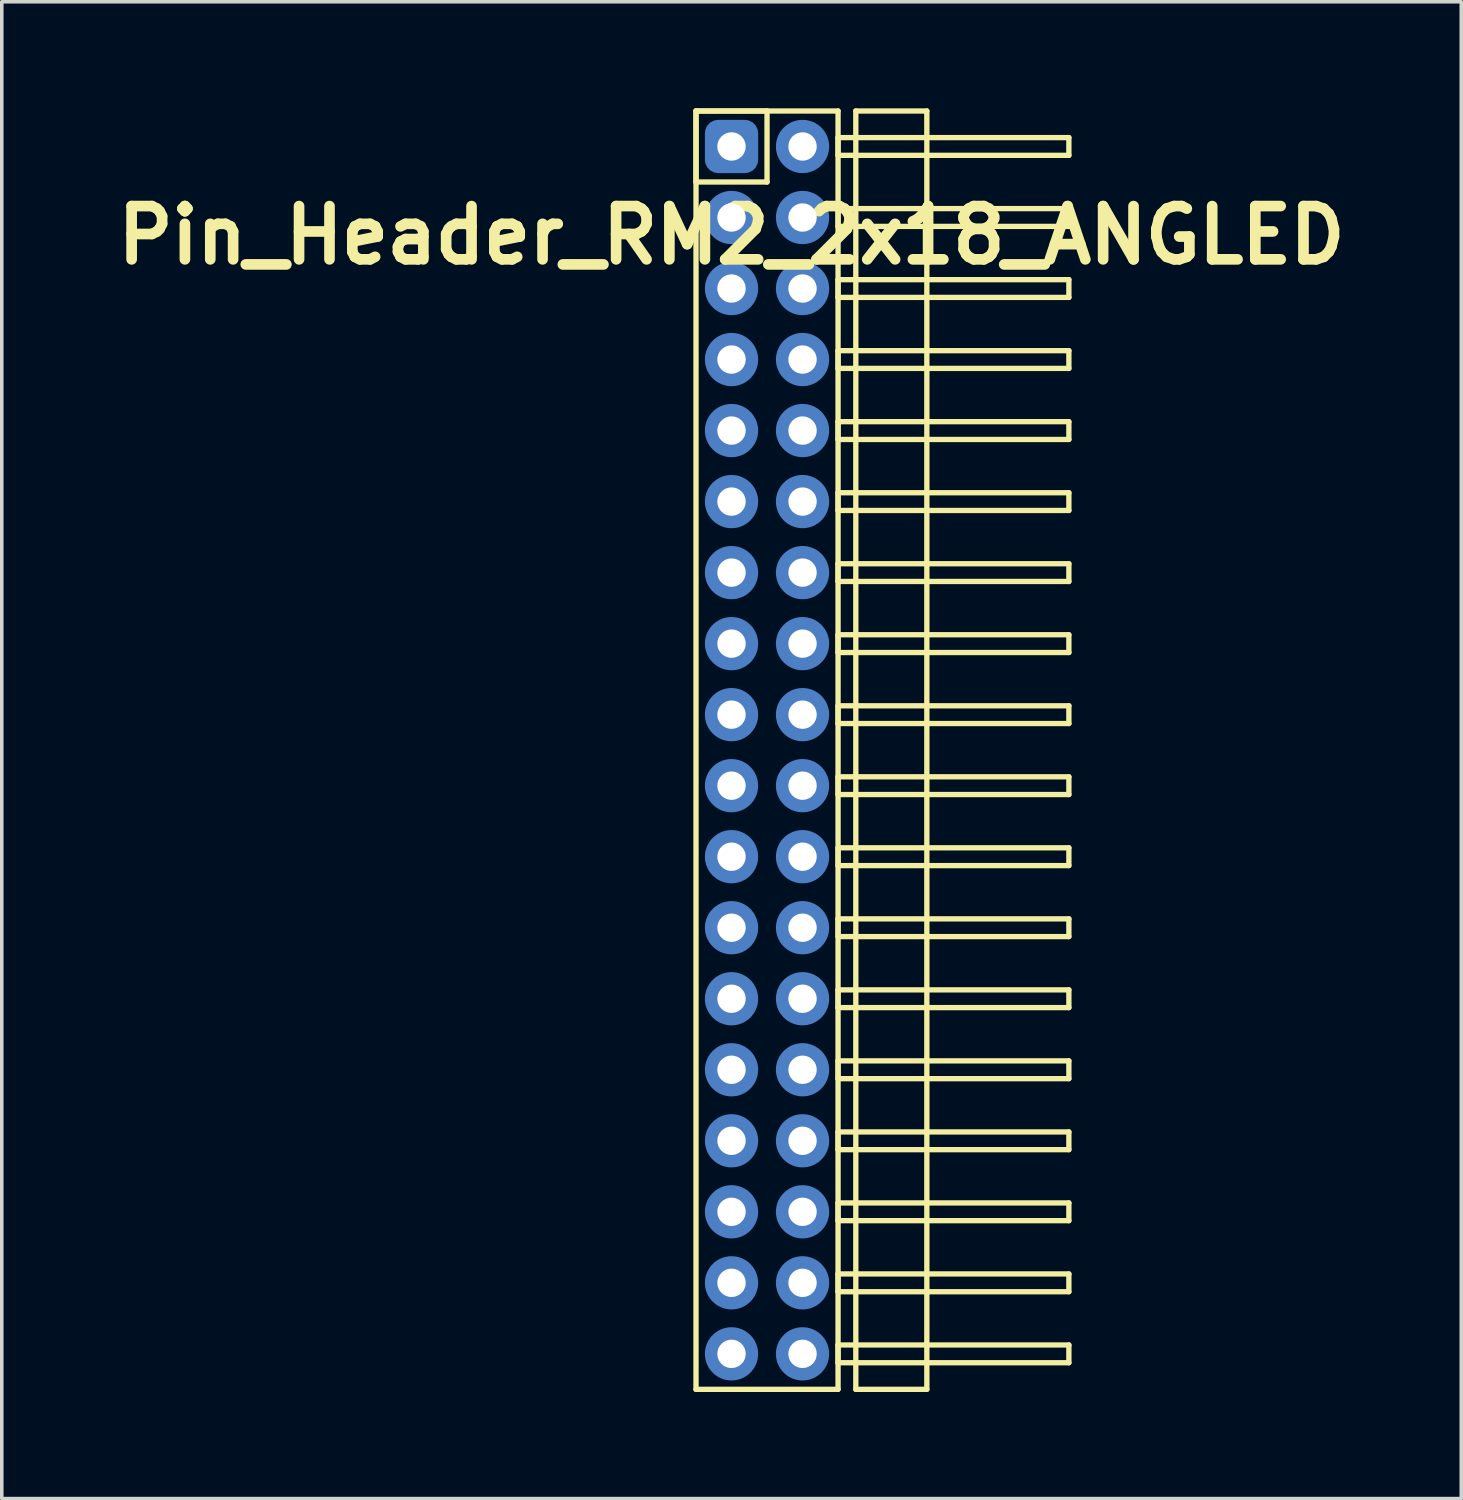
<source format=kicad_pcb>
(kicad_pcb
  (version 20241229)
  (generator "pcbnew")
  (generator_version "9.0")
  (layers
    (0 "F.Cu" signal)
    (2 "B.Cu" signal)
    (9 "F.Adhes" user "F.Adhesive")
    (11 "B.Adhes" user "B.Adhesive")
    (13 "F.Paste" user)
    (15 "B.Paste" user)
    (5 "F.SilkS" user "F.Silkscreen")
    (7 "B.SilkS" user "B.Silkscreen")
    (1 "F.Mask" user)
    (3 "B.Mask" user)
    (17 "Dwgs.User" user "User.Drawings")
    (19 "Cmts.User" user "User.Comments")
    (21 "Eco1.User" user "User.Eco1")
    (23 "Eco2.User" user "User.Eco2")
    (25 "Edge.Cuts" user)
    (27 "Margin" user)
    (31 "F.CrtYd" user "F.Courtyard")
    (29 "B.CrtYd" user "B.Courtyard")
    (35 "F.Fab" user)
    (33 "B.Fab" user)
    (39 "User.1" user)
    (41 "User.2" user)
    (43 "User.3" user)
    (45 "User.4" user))
  (footprint "Pin_Header_RM2_2x18_ANGLED"
    (layer "F.Cu")
    (at 17.55 1.075)
    (property "Reference" "Pin_Header_RM2_2x18_ANGLED" (at 0 2.5 0) (layer "F.SilkS") (effects (font (size 1.5 1.5) (thickness 0.3))))
    (attr through_hole)
    (fp_line (start -1 -1) (end 1 -1) (stroke (width 0.15) (type solid)) (layer "F.SilkS"))
    (fp_line (start -1 -1) (end 3 -1) (stroke (width 0.15) (type solid)) (layer "F.SilkS"))
    (fp_line (start -1 1) (end -1 -1) (stroke (width 0.15) (type solid)) (layer "F.SilkS"))
    (fp_line (start -1 35) (end -1 -1) (stroke (width 0.15) (type solid)) (layer "F.SilkS"))
    (fp_line (start 1 -1) (end 1 1) (stroke (width 0.15) (type solid)) (layer "F.SilkS"))
    (fp_line (start 1 1) (end -1 1) (stroke (width 0.15) (type solid)) (layer "F.SilkS"))
    (fp_line (start 3 -1) (end 3 35) (stroke (width 0.15) (type solid)) (layer "F.SilkS"))
    (fp_line (start 3 -0.25) (end 9.5 -0.25) (stroke (width 0.15) (type solid)) (layer "F.SilkS"))
    (fp_line (start 3 0.25) (end 3 -0.25) (stroke (width 0.15) (type solid)) (layer "F.SilkS"))
    (fp_line (start 3 1.75) (end 9.5 1.75) (stroke (width 0.15) (type solid)) (layer "F.SilkS"))
    (fp_line (start 3 2.25) (end 3 1.75) (stroke (width 0.15) (type solid)) (layer "F.SilkS"))
    (fp_line (start 3 3.75) (end 9.5 3.75) (stroke (width 0.15) (type solid)) (layer "F.SilkS"))
    (fp_line (start 3 4.25) (end 3 3.75) (stroke (width 0.15) (type solid)) (layer "F.SilkS"))
    (fp_line (start 3 5.75) (end 9.5 5.75) (stroke (width 0.15) (type solid)) (layer "F.SilkS"))
    (fp_line (start 3 6.25) (end 3 5.75) (stroke (width 0.15) (type solid)) (layer "F.SilkS"))
    (fp_line (start 3 7.75) (end 9.5 7.75) (stroke (width 0.15) (type solid)) (layer "F.SilkS"))
    (fp_line (start 3 8.25) (end 3 7.75) (stroke (width 0.15) (type solid)) (layer "F.SilkS"))
    (fp_line (start 3 9.75) (end 9.5 9.75) (stroke (width 0.15) (type solid)) (layer "F.SilkS"))
    (fp_line (start 3 10.25) (end 3 9.75) (stroke (width 0.15) (type solid)) (layer "F.SilkS"))
    (fp_line (start 3 11.75) (end 9.5 11.75) (stroke (width 0.15) (type solid)) (layer "F.SilkS"))
    (fp_line (start 3 12.25) (end 3 11.75) (stroke (width 0.15) (type solid)) (layer "F.SilkS"))
    (fp_line (start 3 13.75) (end 9.5 13.75) (stroke (width 0.15) (type solid)) (layer "F.SilkS"))
    (fp_line (start 3 14.25) (end 3 13.75) (stroke (width 0.15) (type solid)) (layer "F.SilkS"))
    (fp_line (start 3 15.75) (end 9.5 15.75) (stroke (width 0.15) (type solid)) (layer "F.SilkS"))
    (fp_line (start 3 16.25) (end 3 15.75) (stroke (width 0.15) (type solid)) (layer "F.SilkS"))
    (fp_line (start 3 17.75) (end 9.5 17.75) (stroke (width 0.15) (type solid)) (layer "F.SilkS"))
    (fp_line (start 3 18.25) (end 3 17.75) (stroke (width 0.15) (type solid)) (layer "F.SilkS"))
    (fp_line (start 3 19.75) (end 9.5 19.75) (stroke (width 0.15) (type solid)) (layer "F.SilkS"))
    (fp_line (start 3 20.25) (end 3 19.75) (stroke (width 0.15) (type solid)) (layer "F.SilkS"))
    (fp_line (start 3 21.75) (end 9.5 21.75) (stroke (width 0.15) (type solid)) (layer "F.SilkS"))
    (fp_line (start 3 22.25) (end 3 21.75) (stroke (width 0.15) (type solid)) (layer "F.SilkS"))
    (fp_line (start 3 23.75) (end 9.5 23.75) (stroke (width 0.15) (type solid)) (layer "F.SilkS"))
    (fp_line (start 3 24.25) (end 3 23.75) (stroke (width 0.15) (type solid)) (layer "F.SilkS"))
    (fp_line (start 3 25.75) (end 9.5 25.75) (stroke (width 0.15) (type solid)) (layer "F.SilkS"))
    (fp_line (start 3 26.25) (end 3 25.75) (stroke (width 0.15) (type solid)) (layer "F.SilkS"))
    (fp_line (start 3 27.75) (end 9.5 27.75) (stroke (width 0.15) (type solid)) (layer "F.SilkS"))
    (fp_line (start 3 28.25) (end 3 27.75) (stroke (width 0.15) (type solid)) (layer "F.SilkS"))
    (fp_line (start 3 29.75) (end 9.5 29.75) (stroke (width 0.15) (type solid)) (layer "F.SilkS"))
    (fp_line (start 3 30.25) (end 3 29.75) (stroke (width 0.15) (type solid)) (layer "F.SilkS"))
    (fp_line (start 3 31.75) (end 9.5 31.75) (stroke (width 0.15) (type solid)) (layer "F.SilkS"))
    (fp_line (start 3 32.25) (end 3 31.75) (stroke (width 0.15) (type solid)) (layer "F.SilkS"))
    (fp_line (start 3 33.75) (end 9.5 33.75) (stroke (width 0.15) (type solid)) (layer "F.SilkS"))
    (fp_line (start 3 34.25) (end 3 33.75) (stroke (width 0.15) (type solid)) (layer "F.SilkS"))
    (fp_line (start 3 35) (end -1 35) (stroke (width 0.15) (type solid)) (layer "F.SilkS"))
    (fp_line (start 3.5 -1) (end 5.5 -1) (stroke (width 0.15) (type solid)) (layer "F.SilkS"))
    (fp_line (start 3.5 35) (end 3.5 -1) (stroke (width 0.15) (type solid)) (layer "F.SilkS"))
    (fp_line (start 5.5 -1) (end 5.5 35) (stroke (width 0.15) (type solid)) (layer "F.SilkS"))
    (fp_line (start 5.5 35) (end 3.5 35) (stroke (width 0.15) (type solid)) (layer "F.SilkS"))
    (fp_line (start 9.5 -0.25) (end 9.5 0.25) (stroke (width 0.15) (type solid)) (layer "F.SilkS"))
    (fp_line (start 9.5 0.25) (end 3 0.25) (stroke (width 0.15) (type solid)) (layer "F.SilkS"))
    (fp_line (start 9.5 1.75) (end 9.5 2.25) (stroke (width 0.15) (type solid)) (layer "F.SilkS"))
    (fp_line (start 9.5 2.25) (end 3 2.25) (stroke (width 0.15) (type solid)) (layer "F.SilkS"))
    (fp_line (start 9.5 3.75) (end 9.5 4.25) (stroke (width 0.15) (type solid)) (layer "F.SilkS"))
    (fp_line (start 9.5 4.25) (end 3 4.25) (stroke (width 0.15) (type solid)) (layer "F.SilkS"))
    (fp_line (start 9.5 5.75) (end 9.5 6.25) (stroke (width 0.15) (type solid)) (layer "F.SilkS"))
    (fp_line (start 9.5 6.25) (end 3 6.25) (stroke (width 0.15) (type solid)) (layer "F.SilkS"))
    (fp_line (start 9.5 7.75) (end 9.5 8.25) (stroke (width 0.15) (type solid)) (layer "F.SilkS"))
    (fp_line (start 9.5 8.25) (end 3 8.25) (stroke (width 0.15) (type solid)) (layer "F.SilkS"))
    (fp_line (start 9.5 9.75) (end 9.5 10.25) (stroke (width 0.15) (type solid)) (layer "F.SilkS"))
    (fp_line (start 9.5 10.25) (end 3 10.25) (stroke (width 0.15) (type solid)) (layer "F.SilkS"))
    (fp_line (start 9.5 11.75) (end 9.5 12.25) (stroke (width 0.15) (type solid)) (layer "F.SilkS"))
    (fp_line (start 9.5 12.25) (end 3 12.25) (stroke (width 0.15) (type solid)) (layer "F.SilkS"))
    (fp_line (start 9.5 13.75) (end 9.5 14.25) (stroke (width 0.15) (type solid)) (layer "F.SilkS"))
    (fp_line (start 9.5 14.25) (end 3 14.25) (stroke (width 0.15) (type solid)) (layer "F.SilkS"))
    (fp_line (start 9.5 15.75) (end 9.5 16.25) (stroke (width 0.15) (type solid)) (layer "F.SilkS"))
    (fp_line (start 9.5 16.25) (end 3 16.25) (stroke (width 0.15) (type solid)) (layer "F.SilkS"))
    (fp_line (start 9.5 17.75) (end 9.5 18.25) (stroke (width 0.15) (type solid)) (layer "F.SilkS"))
    (fp_line (start 9.5 18.25) (end 3 18.25) (stroke (width 0.15) (type solid)) (layer "F.SilkS"))
    (fp_line (start 9.5 19.75) (end 9.5 20.25) (stroke (width 0.15) (type solid)) (layer "F.SilkS"))
    (fp_line (start 9.5 20.25) (end 3 20.25) (stroke (width 0.15) (type solid)) (layer "F.SilkS"))
    (fp_line (start 9.5 21.75) (end 9.5 22.25) (stroke (width 0.15) (type solid)) (layer "F.SilkS"))
    (fp_line (start 9.5 22.25) (end 3 22.25) (stroke (width 0.15) (type solid)) (layer "F.SilkS"))
    (fp_line (start 9.5 23.75) (end 9.5 24.25) (stroke (width 0.15) (type solid)) (layer "F.SilkS"))
    (fp_line (start 9.5 24.25) (end 3 24.25) (stroke (width 0.15) (type solid)) (layer "F.SilkS"))
    (fp_line (start 9.5 25.75) (end 9.5 26.25) (stroke (width 0.15) (type solid)) (layer "F.SilkS"))
    (fp_line (start 9.5 26.25) (end 3 26.25) (stroke (width 0.15) (type solid)) (layer "F.SilkS"))
    (fp_line (start 9.5 27.75) (end 9.5 28.25) (stroke (width 0.15) (type solid)) (layer "F.SilkS"))
    (fp_line (start 9.5 28.25) (end 3 28.25) (stroke (width 0.15) (type solid)) (layer "F.SilkS"))
    (fp_line (start 9.5 29.75) (end 9.5 30.25) (stroke (width 0.15) (type solid)) (layer "F.SilkS"))
    (fp_line (start 9.5 30.25) (end 3 30.25) (stroke (width 0.15) (type solid)) (layer "F.SilkS"))
    (fp_line (start 9.5 31.75) (end 9.5 32.25) (stroke (width 0.15) (type solid)) (layer "F.SilkS"))
    (fp_line (start 9.5 32.25) (end 3 32.25) (stroke (width 0.15) (type solid)) (layer "F.SilkS"))
    (fp_line (start 9.5 33.75) (end 9.5 34.25) (stroke (width 0.15) (type solid)) (layer "F.SilkS"))
    (fp_line (start 9.5 34.25) (end 3 34.25) (stroke (width 0.15) (type solid)) (layer "F.SilkS"))
    (pad "1" thru_hole circle (at 0 0) (size 1.1 1.1) (drill 0.8) (layers "*.Cu" "*.Mask"))
    (pad "1" smd roundrect (at 0 0) (size 1.25 1.25) (layers "F.Cu" "F.Mask") (roundrect_rratio 0.25))
    (pad "1" smd roundrect (at 0 0) (size 1.5 1.5) (layers "B.Cu" "B.Mask") (roundrect_rratio 0.25))
    (pad "2" thru_hole circle (at 2 0) (size 1.1 1.1) (drill 0.8) (layers "*.Cu" "*.Mask"))
    (pad "2" smd circle (at 2 0) (size 1.25 1.25) (layers "F.Cu" "F.Mask"))
    (pad "2" smd circle (at 2 0) (size 1.5 1.5) (layers "B.Cu" "B.Mask"))
    (pad "3" thru_hole circle (at 0 2) (size 1.1 1.1) (drill 0.8) (layers "*.Cu" "*.Mask"))
    (pad "3" smd circle (at 0 2) (size 1.25 1.25) (layers "F.Cu" "F.Mask"))
    (pad "3" smd circle (at 0 2) (size 1.5 1.5) (layers "B.Cu" "B.Mask"))
    (pad "4" thru_hole circle (at 2 2) (size 1.1 1.1) (drill 0.8) (layers "*.Cu" "*.Mask"))
    (pad "4" smd circle (at 2 2) (size 1.25 1.25) (layers "F.Cu" "F.Mask"))
    (pad "4" smd circle (at 2 2) (size 1.5 1.5) (layers "B.Cu" "B.Mask"))
    (pad "5" thru_hole circle (at 0 4) (size 1.1 1.1) (drill 0.8) (layers "*.Cu" "*.Mask"))
    (pad "5" smd circle (at 0 4) (size 1.25 1.25) (layers "F.Cu" "F.Mask"))
    (pad "5" smd circle (at 0 4) (size 1.5 1.5) (layers "B.Cu" "B.Mask"))
    (pad "6" thru_hole circle (at 2 4) (size 1.1 1.1) (drill 0.8) (layers "*.Cu" "*.Mask"))
    (pad "6" smd circle (at 2 4) (size 1.25 1.25) (layers "F.Cu" "F.Mask"))
    (pad "6" smd circle (at 2 4) (size 1.5 1.5) (layers "B.Cu" "B.Mask"))
    (pad "7" thru_hole circle (at 0 6) (size 1.1 1.1) (drill 0.8) (layers "*.Cu" "*.Mask"))
    (pad "7" smd circle (at 0 6) (size 1.25 1.25) (layers "F.Cu" "F.Mask"))
    (pad "7" smd circle (at 0 6) (size 1.5 1.5) (layers "B.Cu" "B.Mask"))
    (pad "8" thru_hole circle (at 2 6) (size 1.1 1.1) (drill 0.8) (layers "*.Cu" "*.Mask"))
    (pad "8" smd circle (at 2 6) (size 1.25 1.25) (layers "F.Cu" "F.Mask"))
    (pad "8" smd circle (at 2 6) (size 1.5 1.5) (layers "B.Cu" "B.Mask"))
    (pad "9" thru_hole circle (at 0 8) (size 1.1 1.1) (drill 0.8) (layers "*.Cu" "*.Mask"))
    (pad "9" smd circle (at 0 8) (size 1.25 1.25) (layers "F.Cu" "F.Mask"))
    (pad "9" smd circle (at 0 8) (size 1.5 1.5) (layers "B.Cu" "B.Mask"))
    (pad "10" thru_hole circle (at 2 8) (size 1.1 1.1) (drill 0.8) (layers "*.Cu" "*.Mask"))
    (pad "10" smd circle (at 2 8) (size 1.25 1.25) (layers "F.Cu" "F.Mask"))
    (pad "10" smd circle (at 2 8) (size 1.5 1.5) (layers "B.Cu" "B.Mask"))
    (pad "11" thru_hole circle (at 0 10) (size 1.1 1.1) (drill 0.8) (layers "*.Cu" "*.Mask"))
    (pad "11" smd circle (at 0 10) (size 1.25 1.25) (layers "F.Cu" "F.Mask"))
    (pad "11" smd circle (at 0 10) (size 1.5 1.5) (layers "B.Cu" "B.Mask"))
    (pad "12" thru_hole circle (at 2 10) (size 1.1 1.1) (drill 0.8) (layers "*.Cu" "*.Mask"))
    (pad "12" smd circle (at 2 10) (size 1.25 1.25) (layers "F.Cu" "F.Mask"))
    (pad "12" smd circle (at 2 10) (size 1.5 1.5) (layers "B.Cu" "B.Mask"))
    (pad "13" thru_hole circle (at 0 12) (size 1.1 1.1) (drill 0.8) (layers "*.Cu" "*.Mask"))
    (pad "13" smd circle (at 0 12) (size 1.25 1.25) (layers "F.Cu" "F.Mask"))
    (pad "13" smd circle (at 0 12) (size 1.5 1.5) (layers "B.Cu" "B.Mask"))
    (pad "14" thru_hole circle (at 2 12) (size 1.1 1.1) (drill 0.8) (layers "*.Cu" "*.Mask"))
    (pad "14" smd circle (at 2 12) (size 1.25 1.25) (layers "F.Cu" "F.Mask"))
    (pad "14" smd circle (at 2 12) (size 1.5 1.5) (layers "B.Cu" "B.Mask"))
    (pad "15" thru_hole circle (at 0 14) (size 1.1 1.1) (drill 0.8) (layers "*.Cu" "*.Mask"))
    (pad "15" smd circle (at 0 14) (size 1.25 1.25) (layers "F.Cu" "F.Mask"))
    (pad "15" smd circle (at 0 14) (size 1.5 1.5) (layers "B.Cu" "B.Mask"))
    (pad "16" thru_hole circle (at 2 14) (size 1.1 1.1) (drill 0.8) (layers "*.Cu" "*.Mask"))
    (pad "16" smd circle (at 2 14) (size 1.25 1.25) (layers "F.Cu" "F.Mask"))
    (pad "16" smd circle (at 2 14) (size 1.5 1.5) (layers "B.Cu" "B.Mask"))
    (pad "17" thru_hole circle (at 0 16) (size 1.1 1.1) (drill 0.8) (layers "*.Cu" "*.Mask"))
    (pad "17" smd circle (at 0 16) (size 1.25 1.25) (layers "F.Cu" "F.Mask"))
    (pad "17" smd circle (at 0 16) (size 1.5 1.5) (layers "B.Cu" "B.Mask"))
    (pad "18" thru_hole circle (at 2 16) (size 1.1 1.1) (drill 0.8) (layers "*.Cu" "*.Mask"))
    (pad "18" smd circle (at 2 16) (size 1.25 1.25) (layers "F.Cu" "F.Mask"))
    (pad "18" smd circle (at 2 16) (size 1.5 1.5) (layers "B.Cu" "B.Mask"))
    (pad "19" thru_hole circle (at 0 18) (size 1.1 1.1) (drill 0.8) (layers "*.Cu" "*.Mask"))
    (pad "19" smd circle (at 0 18) (size 1.25 1.25) (layers "F.Cu" "F.Mask"))
    (pad "19" smd circle (at 0 18) (size 1.5 1.5) (layers "B.Cu" "B.Mask"))
    (pad "20" thru_hole circle (at 2 18) (size 1.1 1.1) (drill 0.8) (layers "*.Cu" "*.Mask"))
    (pad "20" smd circle (at 2 18) (size 1.25 1.25) (layers "F.Cu" "F.Mask"))
    (pad "20" smd circle (at 2 18) (size 1.5 1.5) (layers "B.Cu" "B.Mask"))
    (pad "21" thru_hole circle (at 0 20) (size 1.1 1.1) (drill 0.8) (layers "*.Cu" "*.Mask"))
    (pad "21" smd circle (at 0 20) (size 1.25 1.25) (layers "F.Cu" "F.Mask"))
    (pad "21" smd circle (at 0 20) (size 1.5 1.5) (layers "B.Cu" "B.Mask"))
    (pad "22" thru_hole circle (at 2 20) (size 1.1 1.1) (drill 0.8) (layers "*.Cu" "*.Mask"))
    (pad "22" smd circle (at 2 20) (size 1.25 1.25) (layers "F.Cu" "F.Mask"))
    (pad "22" smd circle (at 2 20) (size 1.5 1.5) (layers "B.Cu" "B.Mask"))
    (pad "23" thru_hole circle (at 0 22) (size 1.1 1.1) (drill 0.8) (layers "*.Cu" "*.Mask"))
    (pad "23" smd circle (at 0 22) (size 1.25 1.25) (layers "F.Cu" "F.Mask"))
    (pad "23" smd circle (at 0 22) (size 1.5 1.5) (layers "B.Cu" "B.Mask"))
    (pad "24" thru_hole circle (at 2 22) (size 1.1 1.1) (drill 0.8) (layers "*.Cu" "*.Mask"))
    (pad "24" smd circle (at 2 22) (size 1.25 1.25) (layers "F.Cu" "F.Mask"))
    (pad "24" smd circle (at 2 22) (size 1.5 1.5) (layers "B.Cu" "B.Mask"))
    (pad "25" thru_hole circle (at 0 24) (size 1.1 1.1) (drill 0.8) (layers "*.Cu" "*.Mask"))
    (pad "25" smd circle (at 0 24) (size 1.25 1.25) (layers "F.Cu" "F.Mask"))
    (pad "25" smd circle (at 0 24) (size 1.5 1.5) (layers "B.Cu" "B.Mask"))
    (pad "26" thru_hole circle (at 2 24) (size 1.1 1.1) (drill 0.8) (layers "*.Cu" "*.Mask"))
    (pad "26" smd circle (at 2 24) (size 1.25 1.25) (layers "F.Cu" "F.Mask"))
    (pad "26" smd circle (at 2 24) (size 1.5 1.5) (layers "B.Cu" "B.Mask"))
    (pad "27" thru_hole circle (at 0 26) (size 1.1 1.1) (drill 0.8) (layers "*.Cu" "*.Mask"))
    (pad "27" smd circle (at 0 26) (size 1.25 1.25) (layers "F.Cu" "F.Mask"))
    (pad "27" smd circle (at 0 26) (size 1.5 1.5) (layers "B.Cu" "B.Mask"))
    (pad "28" thru_hole circle (at 2 26) (size 1.1 1.1) (drill 0.8) (layers "*.Cu" "*.Mask"))
    (pad "28" smd circle (at 2 26) (size 1.25 1.25) (layers "F.Cu" "F.Mask"))
    (pad "28" smd circle (at 2 26) (size 1.5 1.5) (layers "B.Cu" "B.Mask"))
    (pad "29" thru_hole circle (at 0 28) (size 1.1 1.1) (drill 0.8) (layers "*.Cu" "*.Mask"))
    (pad "29" smd circle (at 0 28) (size 1.25 1.25) (layers "F.Cu" "F.Mask"))
    (pad "29" smd circle (at 0 28) (size 1.5 1.5) (layers "B.Cu" "B.Mask"))
    (pad "30" thru_hole circle (at 2 28) (size 1.1 1.1) (drill 0.8) (layers "*.Cu" "*.Mask"))
    (pad "30" smd circle (at 2 28) (size 1.25 1.25) (layers "F.Cu" "F.Mask"))
    (pad "30" smd circle (at 2 28) (size 1.5 1.5) (layers "B.Cu" "B.Mask"))
    (pad "31" thru_hole circle (at 0 30) (size 1.1 1.1) (drill 0.8) (layers "*.Cu" "*.Mask"))
    (pad "31" smd circle (at 0 30) (size 1.25 1.25) (layers "F.Cu" "F.Mask"))
    (pad "31" smd circle (at 0 30) (size 1.5 1.5) (layers "B.Cu" "B.Mask"))
    (pad "32" thru_hole circle (at 2 30) (size 1.1 1.1) (drill 0.8) (layers "*.Cu" "*.Mask"))
    (pad "32" smd circle (at 2 30) (size 1.25 1.25) (layers "F.Cu" "F.Mask"))
    (pad "32" smd circle (at 2 30) (size 1.5 1.5) (layers "B.Cu" "B.Mask"))
    (pad "33" thru_hole circle (at 0 32) (size 1.1 1.1) (drill 0.8) (layers "*.Cu" "*.Mask"))
    (pad "33" smd circle (at 0 32) (size 1.25 1.25) (layers "F.Cu" "F.Mask"))
    (pad "33" smd circle (at 0 32) (size 1.5 1.5) (layers "B.Cu" "B.Mask"))
    (pad "34" thru_hole circle (at 2 32) (size 1.1 1.1) (drill 0.8) (layers "*.Cu" "*.Mask"))
    (pad "34" smd circle (at 2 32) (size 1.25 1.25) (layers "F.Cu" "F.Mask"))
    (pad "34" smd circle (at 2 32) (size 1.5 1.5) (layers "B.Cu" "B.Mask"))
    (pad "35" thru_hole circle (at 0 34) (size 1.1 1.1) (drill 0.8) (layers "*.Cu" "*.Mask"))
    (pad "35" smd circle (at 0 34) (size 1.25 1.25) (layers "F.Cu" "F.Mask"))
    (pad "35" smd circle (at 0 34) (size 1.5 1.5) (layers "B.Cu" "B.Mask"))
    (pad "36" thru_hole circle (at 2 34) (size 1.1 1.1) (drill 0.8) (layers "*.Cu" "*.Mask"))
    (pad "36" smd circle (at 2 34) (size 1.25 1.25) (layers "F.Cu" "F.Mask"))
    (pad "36" smd circle (at 2 34) (size 1.5 1.5) (layers "B.Cu" "B.Mask")))
  (gr_rect
    (start -3 -3)
    (end 38.1 39.15)
    (stroke (width 0.1) (type default))
    (fill no)
    (layer "Edge.Cuts")))
</source>
